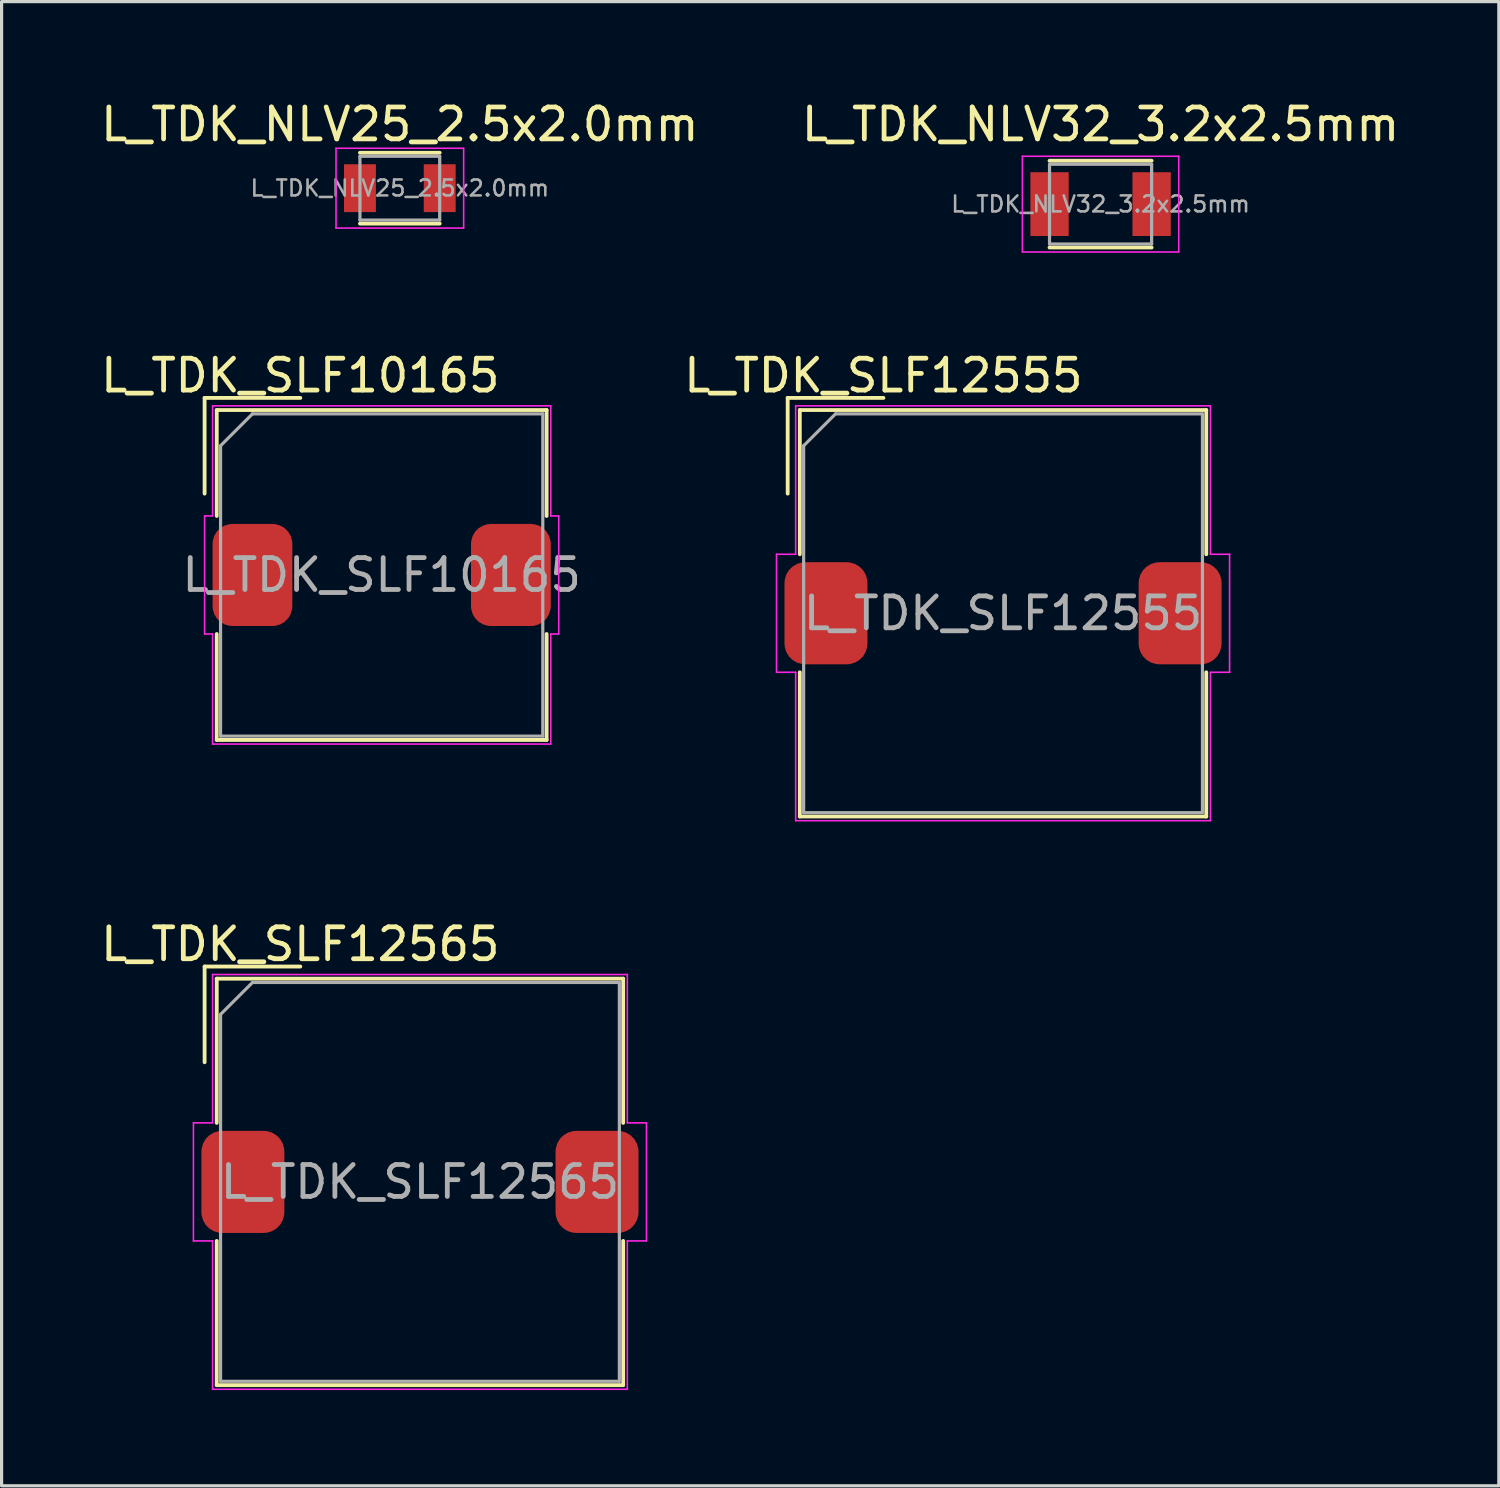
<source format=kicad_pcb>
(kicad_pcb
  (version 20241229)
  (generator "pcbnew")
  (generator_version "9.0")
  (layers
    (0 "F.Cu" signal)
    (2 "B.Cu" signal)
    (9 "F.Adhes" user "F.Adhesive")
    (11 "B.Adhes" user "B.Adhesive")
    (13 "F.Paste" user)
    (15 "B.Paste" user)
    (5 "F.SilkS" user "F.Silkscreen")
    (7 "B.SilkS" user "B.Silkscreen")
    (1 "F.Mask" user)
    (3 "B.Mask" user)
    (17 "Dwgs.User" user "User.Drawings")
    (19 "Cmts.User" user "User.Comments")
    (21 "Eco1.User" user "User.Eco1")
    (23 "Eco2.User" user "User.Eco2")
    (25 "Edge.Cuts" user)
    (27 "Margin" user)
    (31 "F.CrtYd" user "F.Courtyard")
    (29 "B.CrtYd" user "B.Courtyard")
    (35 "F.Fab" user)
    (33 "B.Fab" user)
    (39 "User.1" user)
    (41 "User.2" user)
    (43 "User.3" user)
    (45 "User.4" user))
  (footprint "L_TDK_SLF10165"
    (layer "F.Cu")
    (at 8.913 14.972)
    (property "Reference" "L_TDK_SLF10165" (at -2.55 -6.25 0) (layer "F.SilkS") (effects (font (size 1 1) (thickness 0.15))))
    (attr smd)
    (fp_line (start -5.55 -5.55) (end -2.55 -5.55) (stroke (width 0.12) (type solid)) (layer "F.SilkS"))
    (fp_line (start -5.55 -2.55) (end -5.55 -5.55) (stroke (width 0.12) (type solid)) (layer "F.SilkS"))
    (fp_line (start -5.17 -5.17) (end -5.17 -1.85) (stroke (width 0.12) (type solid)) (layer "F.SilkS"))
    (fp_line (start -5.17 -5.17) (end 5.17 -5.17) (stroke (width 0.12) (type solid)) (layer "F.SilkS"))
    (fp_line (start -5.17 1.85) (end -5.17 5.17) (stroke (width 0.12) (type solid)) (layer "F.SilkS"))
    (fp_line (start -5.17 5.17) (end 5.17 5.17) (stroke (width 0.12) (type solid)) (layer "F.SilkS"))
    (fp_line (start 5.17 -5.17) (end 5.17 -1.85) (stroke (width 0.12) (type solid)) (layer "F.SilkS"))
    (fp_line (start 5.17 1.85) (end 5.17 5.17) (stroke (width 0.12) (type solid)) (layer "F.SilkS"))
    (fp_line (start -5.55 -1.85) (end -5.55 1.85) (stroke (width 0.05) (type solid)) (layer "F.CrtYd"))
    (fp_line (start -5.55 1.85) (end -5.3 1.85) (stroke (width 0.05) (type solid)) (layer "F.CrtYd"))
    (fp_line (start -5.3 -5.3) (end -5.3 -1.85) (stroke (width 0.05) (type solid)) (layer "F.CrtYd"))
    (fp_line (start -5.3 -5.3) (end 5.3 -5.3) (stroke (width 0.05) (type solid)) (layer "F.CrtYd"))
    (fp_line (start -5.3 -1.85) (end -5.55 -1.85) (stroke (width 0.05) (type solid)) (layer "F.CrtYd"))
    (fp_line (start -5.3 1.85) (end -5.3 5.3) (stroke (width 0.05) (type solid)) (layer "F.CrtYd"))
    (fp_line (start -5.3 5.3) (end 5.3 5.3) (stroke (width 0.05) (type solid)) (layer "F.CrtYd"))
    (fp_line (start 5.3 -5.3) (end 5.3 -1.85) (stroke (width 0.05) (type solid)) (layer "F.CrtYd"))
    (fp_line (start 5.3 -1.85) (end 5.55 -1.85) (stroke (width 0.05) (type solid)) (layer "F.CrtYd"))
    (fp_line (start 5.3 1.85) (end 5.3 5.3) (stroke (width 0.05) (type solid)) (layer "F.CrtYd"))
    (fp_line (start 5.55 -1.85) (end 5.55 1.85) (stroke (width 0.05) (type solid)) (layer "F.CrtYd"))
    (fp_line (start 5.55 1.85) (end 5.3 1.85) (stroke (width 0.05) (type solid)) (layer "F.CrtYd"))
    (fp_line (start -5.05 -4.05) (end -4.05 -5.05) (stroke (width 0.1) (type solid)) (layer "F.Fab"))
    (fp_line (start -5.05 5.05) (end -5.05 -4.05) (stroke (width 0.1) (type solid)) (layer "F.Fab"))
    (fp_line (start -4.05 -5.05) (end 5.05 -5.05) (stroke (width 0.1) (type solid)) (layer "F.Fab"))
    (fp_line (start 5.05 -5.05) (end 5.05 5.05) (stroke (width 0.1) (type solid)) (layer "F.Fab"))
    (fp_line (start 5.05 5.05) (end -5.05 5.05) (stroke (width 0.1) (type solid)) (layer "F.Fab"))
    (fp_text user "${REFERENCE}" (at 0 0 0) (layer "F.Fab") (effects (font (size 1 1) (thickness 0.15))))
    (pad "1" smd roundrect (at -4.05 0) (size 2.5 3.2) (layers "F.Cu" "F.Mask" "F.Paste") (roundrect_rratio 0.25))
    (pad "2" smd roundrect (at 4.05 0) (size 2.5 3.2) (layers "F.Cu" "F.Mask" "F.Paste") (roundrect_rratio 0.25)))
  (footprint "L_TDK_NLV32_3.2x2.5mm"
    (layer "F.Cu")
    (at 31.446 3.348)
    (property "Reference" "L_TDK_NLV32_3.2x2.5mm" (at 0 -2.5 0) (layer "F.SilkS") (effects (font (size 1 1) (thickness 0.15))))
    (attr smd)
    (fp_line (start -1.6 -1.36) (end 1.6 -1.36) (stroke (width 0.12) (type solid)) (layer "F.SilkS"))
    (fp_line (start 1.6 1.36) (end -1.6 1.36) (stroke (width 0.12) (type solid)) (layer "F.SilkS"))
    (fp_line (start -2.45 -1.5) (end 2.45 -1.5) (stroke (width 0.05) (type solid)) (layer "F.CrtYd"))
    (fp_line (start -2.45 1.5) (end -2.45 -1.5) (stroke (width 0.05) (type solid)) (layer "F.CrtYd"))
    (fp_line (start 2.45 -1.5) (end 2.45 1.5) (stroke (width 0.05) (type solid)) (layer "F.CrtYd"))
    (fp_line (start 2.45 1.5) (end -2.45 1.5) (stroke (width 0.05) (type solid)) (layer "F.CrtYd"))
    (fp_line (start -1.6 -1.25) (end 1.6 -1.25) (stroke (width 0.1) (type solid)) (layer "F.Fab"))
    (fp_line (start -1.6 1.25) (end -1.6 -1.25) (stroke (width 0.1) (type solid)) (layer "F.Fab"))
    (fp_line (start 1.6 -1.25) (end 1.6 1.25) (stroke (width 0.1) (type solid)) (layer "F.Fab"))
    (fp_line (start 1.6 1.25) (end -1.6 1.25) (stroke (width 0.1) (type solid)) (layer "F.Fab"))
    (fp_text user "${REFERENCE}" (at 0 0 0) (layer "F.Fab") (effects (font (size 0.5 0.5) (thickness 0.08))))
    (pad "1" smd rect (at -1.6 0) (size 1.2 2) (layers "F.Cu" "F.Mask" "F.Paste"))
    (pad "2" smd rect (at 1.6 0) (size 1.2 2) (layers "F.Cu" "F.Mask" "F.Paste")))
  (footprint "L_TDK_SLF12565"
    (layer "F.Cu")
    (at 10.113 33.995)
    (property "Reference" "L_TDK_SLF12565" (at -3.75 -7.45 0) (layer "F.SilkS") (effects (font (size 1 1) (thickness 0.15))))
    (attr smd)
    (fp_line (start -6.75 -6.75) (end -3.75 -6.75) (stroke (width 0.12) (type solid)) (layer "F.SilkS"))
    (fp_line (start -6.75 -3.75) (end -6.75 -6.75) (stroke (width 0.12) (type solid)) (layer "F.SilkS"))
    (fp_line (start -6.37 -6.37) (end -6.37 -1.85) (stroke (width 0.12) (type solid)) (layer "F.SilkS"))
    (fp_line (start -6.37 -6.37) (end 6.37 -6.37) (stroke (width 0.12) (type solid)) (layer "F.SilkS"))
    (fp_line (start -6.37 1.85) (end -6.37 6.37) (stroke (width 0.12) (type solid)) (layer "F.SilkS"))
    (fp_line (start -6.37 6.37) (end 6.37 6.37) (stroke (width 0.12) (type solid)) (layer "F.SilkS"))
    (fp_line (start 6.37 -6.37) (end 6.37 -1.85) (stroke (width 0.12) (type solid)) (layer "F.SilkS"))
    (fp_line (start 6.37 1.85) (end 6.37 6.37) (stroke (width 0.12) (type solid)) (layer "F.SilkS"))
    (fp_line (start -7.1 -1.85) (end -7.1 1.85) (stroke (width 0.05) (type solid)) (layer "F.CrtYd"))
    (fp_line (start -7.1 1.85) (end -6.5 1.85) (stroke (width 0.05) (type solid)) (layer "F.CrtYd"))
    (fp_line (start -6.5 -6.5) (end -6.5 -1.85) (stroke (width 0.05) (type solid)) (layer "F.CrtYd"))
    (fp_line (start -6.5 -6.5) (end 6.5 -6.5) (stroke (width 0.05) (type solid)) (layer "F.CrtYd"))
    (fp_line (start -6.5 -1.85) (end -7.1 -1.85) (stroke (width 0.05) (type solid)) (layer "F.CrtYd"))
    (fp_line (start -6.5 1.85) (end -6.5 6.5) (stroke (width 0.05) (type solid)) (layer "F.CrtYd"))
    (fp_line (start -6.5 6.5) (end 6.5 6.5) (stroke (width 0.05) (type solid)) (layer "F.CrtYd"))
    (fp_line (start 6.5 -6.5) (end 6.5 -1.85) (stroke (width 0.05) (type solid)) (layer "F.CrtYd"))
    (fp_line (start 6.5 -1.85) (end 7.1 -1.85) (stroke (width 0.05) (type solid)) (layer "F.CrtYd"))
    (fp_line (start 6.5 1.85) (end 6.5 6.5) (stroke (width 0.05) (type solid)) (layer "F.CrtYd"))
    (fp_line (start 7.1 -1.85) (end 7.1 1.85) (stroke (width 0.05) (type solid)) (layer "F.CrtYd"))
    (fp_line (start 7.1 1.85) (end 6.5 1.85) (stroke (width 0.05) (type solid)) (layer "F.CrtYd"))
    (fp_line (start -6.25 -5.25) (end -5.25 -6.25) (stroke (width 0.1) (type solid)) (layer "F.Fab"))
    (fp_line (start -6.25 6.25) (end -6.25 -5.25) (stroke (width 0.1) (type solid)) (layer "F.Fab"))
    (fp_line (start -5.25 -6.25) (end 6.25 -6.25) (stroke (width 0.1) (type solid)) (layer "F.Fab"))
    (fp_line (start 6.25 -6.25) (end 6.25 6.25) (stroke (width 0.1) (type solid)) (layer "F.Fab"))
    (fp_line (start 6.25 6.25) (end -6.25 6.25) (stroke (width 0.1) (type solid)) (layer "F.Fab"))
    (fp_text user "${REFERENCE}" (at 0 0 0) (layer "F.Fab") (effects (font (size 1 1) (thickness 0.15))))
    (pad "1" smd roundrect (at -5.55 0) (size 2.6 3.2) (layers "F.Cu" "F.Mask" "F.Paste") (roundrect_rratio 0.25))
    (pad "2" smd roundrect (at 5.55 0) (size 2.6 3.2) (layers "F.Cu" "F.Mask" "F.Paste") (roundrect_rratio 0.25)))
  (footprint "L_TDK_NLV25_2.5x2.0mm"
    (layer "F.Cu")
    (at 9.482 2.848)
    (property "Reference" "L_TDK_NLV25_2.5x2.0mm" (at 0 -2 0) (layer "F.SilkS") (effects (font (size 1 1) (thickness 0.15))))
    (attr smd)
    (fp_line (start -1.25 -1.11) (end 1.25 -1.11) (stroke (width 0.12) (type solid)) (layer "F.SilkS"))
    (fp_line (start 1.25 1.11) (end -1.25 1.11) (stroke (width 0.12) (type solid)) (layer "F.SilkS"))
    (fp_line (start -2 -1.25) (end 2 -1.25) (stroke (width 0.05) (type solid)) (layer "F.CrtYd"))
    (fp_line (start -2 1.25) (end -2 -1.25) (stroke (width 0.05) (type solid)) (layer "F.CrtYd"))
    (fp_line (start 2 -1.25) (end 2 1.25) (stroke (width 0.05) (type solid)) (layer "F.CrtYd"))
    (fp_line (start 2 1.25) (end -2 1.25) (stroke (width 0.05) (type solid)) (layer "F.CrtYd"))
    (fp_line (start -1.25 -1) (end 1.25 -1) (stroke (width 0.1) (type solid)) (layer "F.Fab"))
    (fp_line (start -1.25 1) (end -1.25 -1) (stroke (width 0.1) (type solid)) (layer "F.Fab"))
    (fp_line (start 1.25 -1) (end 1.25 1) (stroke (width 0.1) (type solid)) (layer "F.Fab"))
    (fp_line (start 1.25 1) (end -1.25 1) (stroke (width 0.1) (type solid)) (layer "F.Fab"))
    (fp_text user "${REFERENCE}" (at 0 0 0) (layer "F.Fab") (effects (font (size 0.5 0.5) (thickness 0.08))))
    (pad "1" smd rect (at -1.25 0) (size 1 1.5) (layers "F.Cu" "F.Mask" "F.Paste"))
    (pad "2" smd rect (at 1.25 0) (size 1 1.5) (layers "F.Cu" "F.Mask" "F.Paste")))
  (footprint "L_TDK_SLF12555"
    (layer "F.Cu")
    (at 28.389 16.172)
    (property "Reference" "L_TDK_SLF12555" (at -3.75 -7.45 0) (layer "F.SilkS") (effects (font (size 1 1) (thickness 0.15))))
    (attr smd)
    (fp_line (start -6.75 -6.75) (end -3.75 -6.75) (stroke (width 0.12) (type solid)) (layer "F.SilkS"))
    (fp_line (start -6.75 -3.75) (end -6.75 -6.75) (stroke (width 0.12) (type solid)) (layer "F.SilkS"))
    (fp_line (start -6.37 -6.37) (end -6.37 -1.85) (stroke (width 0.12) (type solid)) (layer "F.SilkS"))
    (fp_line (start -6.37 -6.37) (end 6.37 -6.37) (stroke (width 0.12) (type solid)) (layer "F.SilkS"))
    (fp_line (start -6.37 1.85) (end -6.37 6.37) (stroke (width 0.12) (type solid)) (layer "F.SilkS"))
    (fp_line (start -6.37 6.37) (end 6.37 6.37) (stroke (width 0.12) (type solid)) (layer "F.SilkS"))
    (fp_line (start 6.37 -6.37) (end 6.37 -1.85) (stroke (width 0.12) (type solid)) (layer "F.SilkS"))
    (fp_line (start 6.37 1.85) (end 6.37 6.37) (stroke (width 0.12) (type solid)) (layer "F.SilkS"))
    (fp_line (start -7.1 -1.85) (end -7.1 1.85) (stroke (width 0.05) (type solid)) (layer "F.CrtYd"))
    (fp_line (start -7.1 1.85) (end -6.5 1.85) (stroke (width 0.05) (type solid)) (layer "F.CrtYd"))
    (fp_line (start -6.5 -6.5) (end -6.5 -1.85) (stroke (width 0.05) (type solid)) (layer "F.CrtYd"))
    (fp_line (start -6.5 -6.5) (end 6.5 -6.5) (stroke (width 0.05) (type solid)) (layer "F.CrtYd"))
    (fp_line (start -6.5 -1.85) (end -7.1 -1.85) (stroke (width 0.05) (type solid)) (layer "F.CrtYd"))
    (fp_line (start -6.5 1.85) (end -6.5 6.5) (stroke (width 0.05) (type solid)) (layer "F.CrtYd"))
    (fp_line (start -6.5 6.5) (end 6.5 6.5) (stroke (width 0.05) (type solid)) (layer "F.CrtYd"))
    (fp_line (start 6.5 -6.5) (end 6.5 -1.85) (stroke (width 0.05) (type solid)) (layer "F.CrtYd"))
    (fp_line (start 6.5 -1.85) (end 7.1 -1.85) (stroke (width 0.05) (type solid)) (layer "F.CrtYd"))
    (fp_line (start 6.5 1.85) (end 6.5 6.5) (stroke (width 0.05) (type solid)) (layer "F.CrtYd"))
    (fp_line (start 7.1 -1.85) (end 7.1 1.85) (stroke (width 0.05) (type solid)) (layer "F.CrtYd"))
    (fp_line (start 7.1 1.85) (end 6.5 1.85) (stroke (width 0.05) (type solid)) (layer "F.CrtYd"))
    (fp_line (start -6.25 -5.25) (end -5.25 -6.25) (stroke (width 0.1) (type solid)) (layer "F.Fab"))
    (fp_line (start -6.25 6.25) (end -6.25 -5.25) (stroke (width 0.1) (type solid)) (layer "F.Fab"))
    (fp_line (start -5.25 -6.25) (end 6.25 -6.25) (stroke (width 0.1) (type solid)) (layer "F.Fab"))
    (fp_line (start 6.25 -6.25) (end 6.25 6.25) (stroke (width 0.1) (type solid)) (layer "F.Fab"))
    (fp_line (start 6.25 6.25) (end -6.25 6.25) (stroke (width 0.1) (type solid)) (layer "F.Fab"))
    (fp_text user "${REFERENCE}" (at 0 0 0) (layer "F.Fab") (effects (font (size 1 1) (thickness 0.15))))
    (pad "1" smd roundrect (at -5.55 0) (size 2.6 3.2) (layers "F.Cu" "F.Mask" "F.Paste") (roundrect_rratio 0.25))
    (pad "2" smd roundrect (at 5.55 0) (size 2.6 3.2) (layers "F.Cu" "F.Mask" "F.Paste") (roundrect_rratio 0.25)))
  (gr_rect
    (start -3 -3)
    (end 43.929 43.52)
    (stroke (width 0.1) (type default))
    (fill no)
    (layer "Edge.Cuts")))
</source>
